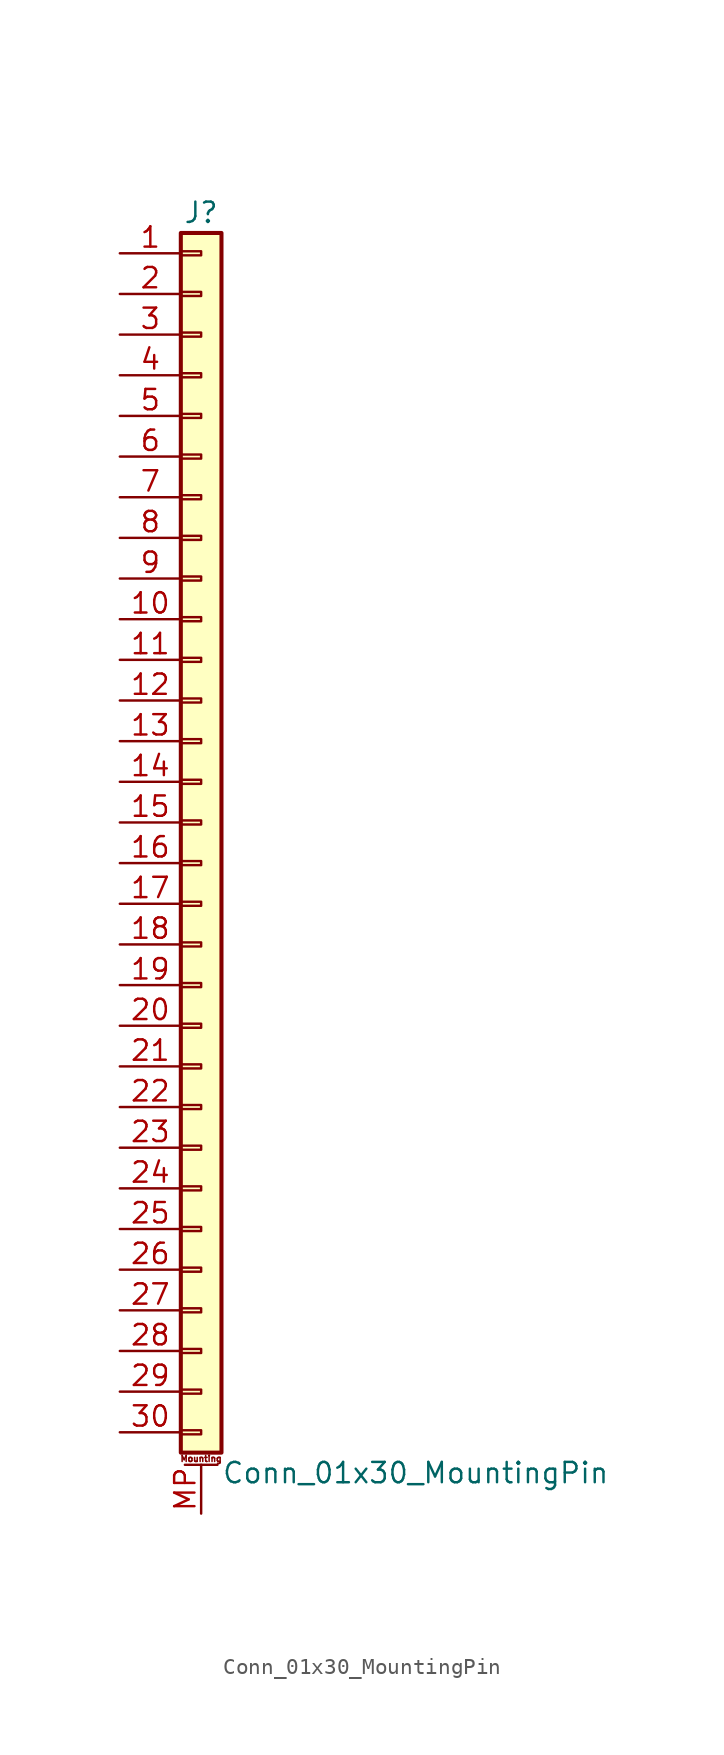
<source format=kicad_sym>
(kicad_symbol_lib
  (version 20201005)
  (generator kicad_symbol_editor)
  (symbol "Conn_01x30_MountingPin"
    (pin_names
      (offset 1.016) hide)
    (property "Reference" "J"
      (at 0 38.1 0)
      (effects (font (size 1.27 1.27))))
    (property "Value" "Conn_01x30_MountingPin"
      (at 1.27 -40.64 0)
      (effects (font (size 1.27 1.27)) (justify left)))
    (symbol "Conn_01x30_MountingPin_1_1"
      (text "Mounting" (at 0 -39.751 0) (effects (font (size 0.381 0.381))))
      (rectangle (start -1.27 -37.973) (end 0 -38.227) (stroke (width 0.152)) (fill (type none)))
      (rectangle (start -1.27 -35.433) (end 0 -35.687) (stroke (width 0.152)) (fill (type none)))
      (rectangle (start -1.27 -32.893) (end 0 -33.147) (stroke (width 0.152)) (fill (type none)))
      (rectangle (start -1.27 -30.353) (end 0 -30.607) (stroke (width 0.152)) (fill (type none)))
      (rectangle (start -1.27 -27.813) (end 0 -28.067) (stroke (width 0.152)) (fill (type none)))
      (rectangle (start -1.27 -25.273) (end 0 -25.527) (stroke (width 0.152)) (fill (type none)))
      (rectangle (start -1.27 -22.733) (end 0 -22.987) (stroke (width 0.152)) (fill (type none)))
      (rectangle (start -1.27 -20.193) (end 0 -20.447) (stroke (width 0.152)) (fill (type none)))
      (rectangle (start -1.27 -17.653) (end 0 -17.907) (stroke (width 0.152)) (fill (type none)))
      (rectangle (start -1.27 -15.113) (end 0 -15.367) (stroke (width 0.152)) (fill (type none)))
      (rectangle (start -1.27 -12.573) (end 0 -12.827) (stroke (width 0.152)) (fill (type none)))
      (rectangle (start -1.27 -10.033) (end 0 -10.287) (stroke (width 0.152)) (fill (type none)))
      (rectangle (start -1.27 -7.493) (end 0 -7.747) (stroke (width 0.152)) (fill (type none)))
      (rectangle (start -1.27 -4.953) (end 0 -5.207) (stroke (width 0.152)) (fill (type none)))
      (rectangle (start -1.27 -2.413) (end 0 -2.667) (stroke (width 0.152)) (fill (type none)))
      (rectangle (start -1.27 0.127) (end 0 -0.127) (stroke (width 0.152)) (fill (type none)))
      (rectangle (start -1.27 2.667) (end 0 2.413) (stroke (width 0.152)) (fill (type none)))
      (rectangle (start -1.27 5.207) (end 0 4.953) (stroke (width 0.152)) (fill (type none)))
      (rectangle (start -1.27 7.747) (end 0 7.493) (stroke (width 0.152)) (fill (type none)))
      (rectangle (start -1.27 10.287) (end 0 10.033) (stroke (width 0.152)) (fill (type none)))
      (rectangle (start -1.27 12.827) (end 0 12.573) (stroke (width 0.152)) (fill (type none)))
      (rectangle (start -1.27 15.367) (end 0 15.113) (stroke (width 0.152)) (fill (type none)))
      (rectangle (start -1.27 17.907) (end 0 17.653) (stroke (width 0.152)) (fill (type none)))
      (rectangle (start -1.27 20.447) (end 0 20.193) (stroke (width 0.152)) (fill (type none)))
      (rectangle (start -1.27 22.987) (end 0 22.733) (stroke (width 0.152)) (fill (type none)))
      (rectangle (start -1.27 25.527) (end 0 25.273) (stroke (width 0.152)) (fill (type none)))
      (rectangle (start -1.27 28.067) (end 0 27.813) (stroke (width 0.152)) (fill (type none)))
      (rectangle (start -1.27 30.607) (end 0 30.353) (stroke (width 0.152)) (fill (type none)))
      (rectangle (start -1.27 33.147) (end 0 32.893) (stroke (width 0.152)) (fill (type none)))
      (rectangle (start -1.27 35.687) (end 0 35.433) (stroke (width 0.152)) (fill (type none)))
      (rectangle (start -1.27 36.83) (end 1.27 -39.37) (stroke (width 0.254)) (fill (type background)))
      (polyline (pts (xy -1.016 -40.132) (xy 1.016 -40.132)) (stroke (width 0.152)) (fill (type none)))
      (pin passive line (at -5.08 35.56 0) (length 3.81) (name "Pin_1" (effects (font (size 1.27 1.27)))) (number "1" (effects (font (size 1.27 1.27)))))
      (pin passive line (at -5.08 12.7 0) (length 3.81) (name "Pin_10" (effects (font (size 1.27 1.27)))) (number "10" (effects (font (size 1.27 1.27)))))
      (pin passive line (at -5.08 10.16 0) (length 3.81) (name "Pin_11" (effects (font (size 1.27 1.27)))) (number "11" (effects (font (size 1.27 1.27)))))
      (pin passive line (at -5.08 7.62 0) (length 3.81) (name "Pin_12" (effects (font (size 1.27 1.27)))) (number "12" (effects (font (size 1.27 1.27)))))
      (pin passive line (at -5.08 5.08 0) (length 3.81) (name "Pin_13" (effects (font (size 1.27 1.27)))) (number "13" (effects (font (size 1.27 1.27)))))
      (pin passive line (at -5.08 2.54 0) (length 3.81) (name "Pin_14" (effects (font (size 1.27 1.27)))) (number "14" (effects (font (size 1.27 1.27)))))
      (pin passive line (at -5.08 0 0) (length 3.81) (name "Pin_15" (effects (font (size 1.27 1.27)))) (number "15" (effects (font (size 1.27 1.27)))))
      (pin passive line (at -5.08 -2.54 0) (length 3.81) (name "Pin_16" (effects (font (size 1.27 1.27)))) (number "16" (effects (font (size 1.27 1.27)))))
      (pin passive line (at -5.08 -5.08 0) (length 3.81) (name "Pin_17" (effects (font (size 1.27 1.27)))) (number "17" (effects (font (size 1.27 1.27)))))
      (pin passive line (at -5.08 -7.62 0) (length 3.81) (name "Pin_18" (effects (font (size 1.27 1.27)))) (number "18" (effects (font (size 1.27 1.27)))))
      (pin passive line (at -5.08 -10.16 0) (length 3.81) (name "Pin_19" (effects (font (size 1.27 1.27)))) (number "19" (effects (font (size 1.27 1.27)))))
      (pin passive line (at -5.08 33.02 0) (length 3.81) (name "Pin_2" (effects (font (size 1.27 1.27)))) (number "2" (effects (font (size 1.27 1.27)))))
      (pin passive line (at -5.08 -12.7 0) (length 3.81) (name "Pin_20" (effects (font (size 1.27 1.27)))) (number "20" (effects (font (size 1.27 1.27)))))
      (pin passive line (at -5.08 -15.24 0) (length 3.81) (name "Pin_21" (effects (font (size 1.27 1.27)))) (number "21" (effects (font (size 1.27 1.27)))))
      (pin passive line (at -5.08 -17.78 0) (length 3.81) (name "Pin_22" (effects (font (size 1.27 1.27)))) (number "22" (effects (font (size 1.27 1.27)))))
      (pin passive line (at -5.08 -20.32 0) (length 3.81) (name "Pin_23" (effects (font (size 1.27 1.27)))) (number "23" (effects (font (size 1.27 1.27)))))
      (pin passive line (at -5.08 -22.86 0) (length 3.81) (name "Pin_24" (effects (font (size 1.27 1.27)))) (number "24" (effects (font (size 1.27 1.27)))))
      (pin passive line (at -5.08 -25.4 0) (length 3.81) (name "Pin_25" (effects (font (size 1.27 1.27)))) (number "25" (effects (font (size 1.27 1.27)))))
      (pin passive line (at -5.08 -27.94 0) (length 3.81) (name "Pin_26" (effects (font (size 1.27 1.27)))) (number "26" (effects (font (size 1.27 1.27)))))
      (pin passive line (at -5.08 -30.48 0) (length 3.81) (name "Pin_27" (effects (font (size 1.27 1.27)))) (number "27" (effects (font (size 1.27 1.27)))))
      (pin passive line (at -5.08 -33.02 0) (length 3.81) (name "Pin_28" (effects (font (size 1.27 1.27)))) (number "28" (effects (font (size 1.27 1.27)))))
      (pin passive line (at -5.08 -35.56 0) (length 3.81) (name "Pin_29" (effects (font (size 1.27 1.27)))) (number "29" (effects (font (size 1.27 1.27)))))
      (pin passive line (at -5.08 30.48 0) (length 3.81) (name "Pin_3" (effects (font (size 1.27 1.27)))) (number "3" (effects (font (size 1.27 1.27)))))
      (pin passive line (at -5.08 -38.1 0) (length 3.81) (name "Pin_30" (effects (font (size 1.27 1.27)))) (number "30" (effects (font (size 1.27 1.27)))))
      (pin passive line (at -5.08 27.94 0) (length 3.81) (name "Pin_4" (effects (font (size 1.27 1.27)))) (number "4" (effects (font (size 1.27 1.27)))))
      (pin passive line (at -5.08 25.4 0) (length 3.81) (name "Pin_5" (effects (font (size 1.27 1.27)))) (number "5" (effects (font (size 1.27 1.27)))))
      (pin passive line (at -5.08 22.86 0) (length 3.81) (name "Pin_6" (effects (font (size 1.27 1.27)))) (number "6" (effects (font (size 1.27 1.27)))))
      (pin passive line (at -5.08 20.32 0) (length 3.81) (name "Pin_7" (effects (font (size 1.27 1.27)))) (number "7" (effects (font (size 1.27 1.27)))))
      (pin passive line (at -5.08 17.78 0) (length 3.81) (name "Pin_8" (effects (font (size 1.27 1.27)))) (number "8" (effects (font (size 1.27 1.27)))))
      (pin passive line (at -5.08 15.24 0) (length 3.81) (name "Pin_9" (effects (font (size 1.27 1.27)))) (number "9" (effects (font (size 1.27 1.27)))))
      (pin passive line (at 0 -43.18 90) (length 3.048) (name "MountPin" (effects (font (size 1.27 1.27)))) (number "MP" (effects (font (size 1.27 1.27))))))))
</source>
